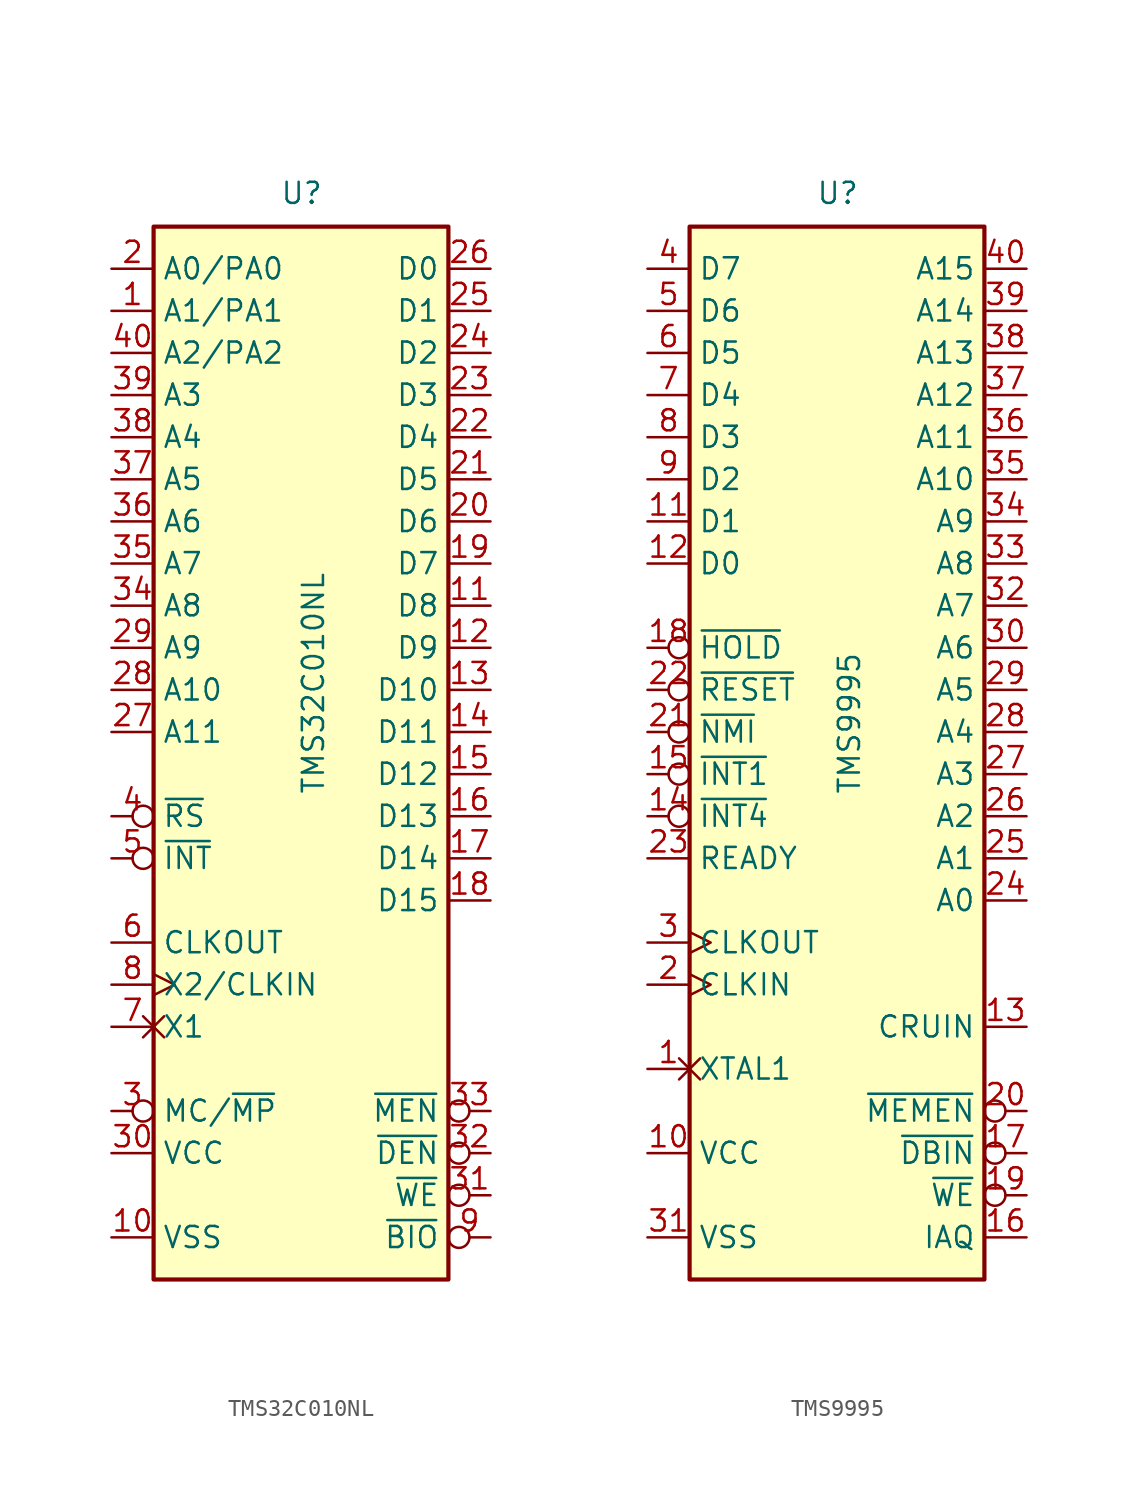
<source format=kicad_sym>
(kicad_symbol_lib
  (version 20211014)
  (generator kicad_symbol_editor)
  (symbol "TMS32C010NL"
    (property "Reference" "U"
      (at -1.27 31.75 0)
      (effects (font (size 1.27 1.27)) (justify left bottom)))
    (property "Value" "TMS32C010NL"
      (at 0 -3.81 90)
      (effects (font (size 1.27 1.27)) (justify left top)))
    (symbol "TMS32C010NL_0_1"
      (rectangle (start -8.89 -33.02) (end 8.89 30.48) (stroke (width 0.254) (type default) (color 0 0 0 0)) (fill (type background))))
    (symbol "TMS32C010NL_1_0"
      (pin bidirectional line (at 11.43 10.16 180) (length 2.54) (name "D7" (effects (font (size 1.27 1.27)))) (number "19" (effects (font (size 1.27 1.27))))))
    (symbol "TMS32C010NL_1_1"
      (pin output line (at -11.43 25.4 0) (length 2.54) (name "A1/PA1" (effects (font (size 1.27 1.27)))) (number "1" (effects (font (size 1.27 1.27)))))
      (pin power_in line (at -11.43 -30.48 0) (length 2.54) (name "VSS" (effects (font (size 1.27 1.27)))) (number "10" (effects (font (size 1.27 1.27)))))
      (pin bidirectional line (at 11.43 7.62 180) (length 2.54) (name "D8" (effects (font (size 1.27 1.27)))) (number "11" (effects (font (size 1.27 1.27)))))
      (pin bidirectional line (at 11.43 5.08 180) (length 2.54) (name "D9" (effects (font (size 1.27 1.27)))) (number "12" (effects (font (size 1.27 1.27)))))
      (pin bidirectional line (at 11.43 2.54 180) (length 2.54) (name "D10" (effects (font (size 1.27 1.27)))) (number "13" (effects (font (size 1.27 1.27)))))
      (pin bidirectional line (at 11.43 0 180) (length 2.54) (name "D11" (effects (font (size 1.27 1.27)))) (number "14" (effects (font (size 1.27 1.27)))))
      (pin bidirectional line (at 11.43 -2.54 180) (length 2.54) (name "D12" (effects (font (size 1.27 1.27)))) (number "15" (effects (font (size 1.27 1.27)))))
      (pin bidirectional line (at 11.43 -5.08 180) (length 2.54) (name "D13" (effects (font (size 1.27 1.27)))) (number "16" (effects (font (size 1.27 1.27)))))
      (pin bidirectional line (at 11.43 -7.62 180) (length 2.54) (name "D14" (effects (font (size 1.27 1.27)))) (number "17" (effects (font (size 1.27 1.27)))))
      (pin bidirectional line (at 11.43 -10.16 180) (length 2.54) (name "D15" (effects (font (size 1.27 1.27)))) (number "18" (effects (font (size 1.27 1.27)))))
      (pin output line (at -11.43 27.94 0) (length 2.54) (name "A0/PA0" (effects (font (size 1.27 1.27)))) (number "2" (effects (font (size 1.27 1.27)))))
      (pin bidirectional line (at 11.43 12.7 180) (length 2.54) (name "D6" (effects (font (size 1.27 1.27)))) (number "20" (effects (font (size 1.27 1.27)))))
      (pin bidirectional line (at 11.43 15.24 180) (length 2.54) (name "D5" (effects (font (size 1.27 1.27)))) (number "21" (effects (font (size 1.27 1.27)))))
      (pin bidirectional line (at 11.43 17.78 180) (length 2.54) (name "D4" (effects (font (size 1.27 1.27)))) (number "22" (effects (font (size 1.27 1.27)))))
      (pin bidirectional line (at 11.43 20.32 180) (length 2.54) (name "D3" (effects (font (size 1.27 1.27)))) (number "23" (effects (font (size 1.27 1.27)))))
      (pin bidirectional line (at 11.43 22.86 180) (length 2.54) (name "D2" (effects (font (size 1.27 1.27)))) (number "24" (effects (font (size 1.27 1.27)))))
      (pin bidirectional line (at 11.43 25.4 180) (length 2.54) (name "D1" (effects (font (size 1.27 1.27)))) (number "25" (effects (font (size 1.27 1.27)))))
      (pin bidirectional line (at 11.43 27.94 180) (length 2.54) (name "D0" (effects (font (size 1.27 1.27)))) (number "26" (effects (font (size 1.27 1.27)))))
      (pin output line (at -11.43 0 0) (length 2.54) (name "A11" (effects (font (size 1.27 1.27)))) (number "27" (effects (font (size 1.27 1.27)))))
      (pin output line (at -11.43 2.54 0) (length 2.54) (name "A10" (effects (font (size 1.27 1.27)))) (number "28" (effects (font (size 1.27 1.27)))))
      (pin output line (at -11.43 5.08 0) (length 2.54) (name "A9" (effects (font (size 1.27 1.27)))) (number "29" (effects (font (size 1.27 1.27)))))
      (pin input inverted (at -11.43 -22.86 0) (length 2.54) (name "MC/~{MP}" (effects (font (size 1.27 1.27)))) (number "3" (effects (font (size 1.27 1.27)))))
      (pin power_in line (at -11.43 -25.4 0) (length 2.54) (name "VCC" (effects (font (size 1.27 1.27)))) (number "30" (effects (font (size 1.27 1.27)))))
      (pin bidirectional inverted (at 11.43 -27.94 180) (length 2.54) (name "~{WE}" (effects (font (size 1.27 1.27)))) (number "31" (effects (font (size 1.27 1.27)))))
      (pin output inverted (at 11.43 -25.4 180) (length 2.54) (name "~{DEN}" (effects (font (size 1.27 1.27)))) (number "32" (effects (font (size 1.27 1.27)))))
      (pin output inverted (at 11.43 -22.86 180) (length 2.54) (name "~{MEN}" (effects (font (size 1.27 1.27)))) (number "33" (effects (font (size 1.27 1.27)))))
      (pin output line (at -11.43 7.62 0) (length 2.54) (name "A8" (effects (font (size 1.27 1.27)))) (number "34" (effects (font (size 1.27 1.27)))))
      (pin output line (at -11.43 10.16 0) (length 2.54) (name "A7" (effects (font (size 1.27 1.27)))) (number "35" (effects (font (size 1.27 1.27)))))
      (pin output line (at -11.43 12.7 0) (length 2.54) (name "A6" (effects (font (size 1.27 1.27)))) (number "36" (effects (font (size 1.27 1.27)))))
      (pin output line (at -11.43 15.24 0) (length 2.54) (name "A5" (effects (font (size 1.27 1.27)))) (number "37" (effects (font (size 1.27 1.27)))))
      (pin output line (at -11.43 17.78 0) (length 2.54) (name "A4" (effects (font (size 1.27 1.27)))) (number "38" (effects (font (size 1.27 1.27)))))
      (pin output line (at -11.43 20.32 0) (length 2.54) (name "A3" (effects (font (size 1.27 1.27)))) (number "39" (effects (font (size 1.27 1.27)))))
      (pin input inverted (at -11.43 -5.08 0) (length 2.54) (name "~{RS}" (effects (font (size 1.27 1.27)))) (number "4" (effects (font (size 1.27 1.27)))))
      (pin output line (at -11.43 22.86 0) (length 2.54) (name "A2/PA2" (effects (font (size 1.27 1.27)))) (number "40" (effects (font (size 1.27 1.27)))))
      (pin input inverted (at -11.43 -7.62 0) (length 2.54) (name "~{INT}" (effects (font (size 1.27 1.27)))) (number "5" (effects (font (size 1.27 1.27)))))
      (pin output line (at -11.43 -12.7 0) (length 2.54) (name "CLKOUT" (effects (font (size 1.27 1.27)))) (number "6" (effects (font (size 1.27 1.27)))))
      (pin passive non_logic (at -11.43 -17.78 0) (length 2.54) (name "X1" (effects (font (size 1.27 1.27)))) (number "7" (effects (font (size 1.27 1.27)))))
      (pin input clock (at -11.43 -15.24 0) (length 2.54) (name "X2/CLKIN" (effects (font (size 1.27 1.27)))) (number "8" (effects (font (size 1.27 1.27)))))
      (pin input inverted (at 11.43 -30.48 180) (length 2.54) (name "~{BIO}" (effects (font (size 1.27 1.27)))) (number "9" (effects (font (size 1.27 1.27)))))))
  (symbol "TMS9995"
    (property "Reference" "U"
      (at -1.27 31.75 0)
      (effects (font (size 1.27 1.27)) (justify left bottom)))
    (property "Value" "TMS9995"
      (at 0 -3.81 90)
      (effects (font (size 1.27 1.27)) (justify left top)))
    (symbol "TMS9995_0_1"
      (rectangle (start -8.89 -33.02) (end 8.89 30.48) (stroke (width 0.254) (type default) (color 0 0 0 0)) (fill (type background))))
    (symbol "TMS9995_1_1"
      (pin passive non_logic (at -11.43 -20.32 0) (length 2.54) (name "XTAL1" (effects (font (size 1.27 1.27)))) (number "1" (effects (font (size 1.27 1.27)))))
      (pin power_in line (at -11.43 -25.4 0) (length 2.54) (name "VCC" (effects (font (size 1.27 1.27)))) (number "10" (effects (font (size 1.27 1.27)))))
      (pin bidirectional line (at -11.43 12.7 0) (length 2.54) (name "D1" (effects (font (size 1.27 1.27)))) (number "11" (effects (font (size 1.27 1.27)))))
      (pin bidirectional line (at -11.43 10.16 0) (length 2.54) (name "D0" (effects (font (size 1.27 1.27)))) (number "12" (effects (font (size 1.27 1.27)))))
      (pin input line (at 11.43 -17.78 180) (length 2.54) (name "CRUIN" (effects (font (size 1.27 1.27)))) (number "13" (effects (font (size 1.27 1.27)))))
      (pin input inverted (at -11.43 -5.08 0) (length 2.54) (name "~{INT4}" (effects (font (size 1.27 1.27)))) (number "14" (effects (font (size 1.27 1.27)))))
      (pin input inverted (at -11.43 -2.54 0) (length 2.54) (name "~{INT1}" (effects (font (size 1.27 1.27)))) (number "15" (effects (font (size 1.27 1.27)))))
      (pin output line (at 11.43 -30.48 180) (length 2.54) (name "IAQ" (effects (font (size 1.27 1.27)))) (number "16" (effects (font (size 1.27 1.27)))))
      (pin output inverted (at 11.43 -25.4 180) (length 2.54) (name "~{DBIN}" (effects (font (size 1.27 1.27)))) (number "17" (effects (font (size 1.27 1.27)))))
      (pin input inverted (at -11.43 5.08 0) (length 2.54) (name "~{HOLD}" (effects (font (size 1.27 1.27)))) (number "18" (effects (font (size 1.27 1.27)))))
      (pin output inverted (at 11.43 -27.94 180) (length 2.54) (name "~{WE}" (effects (font (size 1.27 1.27)))) (number "19" (effects (font (size 1.27 1.27)))))
      (pin input clock (at -11.43 -15.24 0) (length 2.54) (name "CLKIN" (effects (font (size 1.27 1.27)))) (number "2" (effects (font (size 1.27 1.27)))))
      (pin output inverted (at 11.43 -22.86 180) (length 2.54) (name "~{MEMEN}" (effects (font (size 1.27 1.27)))) (number "20" (effects (font (size 1.27 1.27)))))
      (pin input inverted (at -11.43 0 0) (length 2.54) (name "~{NMI}" (effects (font (size 1.27 1.27)))) (number "21" (effects (font (size 1.27 1.27)))))
      (pin input inverted (at -11.43 2.54 0) (length 2.54) (name "~{RESET}" (effects (font (size 1.27 1.27)))) (number "22" (effects (font (size 1.27 1.27)))))
      (pin input line (at -11.43 -7.62 0) (length 2.54) (name "READY" (effects (font (size 1.27 1.27)))) (number "23" (effects (font (size 1.27 1.27)))))
      (pin output line (at 11.43 -10.16 180) (length 2.54) (name "A0" (effects (font (size 1.27 1.27)))) (number "24" (effects (font (size 1.27 1.27)))))
      (pin output line (at 11.43 -7.62 180) (length 2.54) (name "A1" (effects (font (size 1.27 1.27)))) (number "25" (effects (font (size 1.27 1.27)))))
      (pin output line (at 11.43 -5.08 180) (length 2.54) (name "A2" (effects (font (size 1.27 1.27)))) (number "26" (effects (font (size 1.27 1.27)))))
      (pin output line (at 11.43 -2.54 180) (length 2.54) (name "A3" (effects (font (size 1.27 1.27)))) (number "27" (effects (font (size 1.27 1.27)))))
      (pin output line (at 11.43 0 180) (length 2.54) (name "A4" (effects (font (size 1.27 1.27)))) (number "28" (effects (font (size 1.27 1.27)))))
      (pin output line (at 11.43 2.54 180) (length 2.54) (name "A5" (effects (font (size 1.27 1.27)))) (number "29" (effects (font (size 1.27 1.27)))))
      (pin output clock (at -11.43 -12.7 0) (length 2.54) (name "CLKOUT" (effects (font (size 1.27 1.27)))) (number "3" (effects (font (size 1.27 1.27)))))
      (pin output line (at 11.43 5.08 180) (length 2.54) (name "A6" (effects (font (size 1.27 1.27)))) (number "30" (effects (font (size 1.27 1.27)))))
      (pin power_in line (at -11.43 -30.48 0) (length 2.54) (name "VSS" (effects (font (size 1.27 1.27)))) (number "31" (effects (font (size 1.27 1.27)))))
      (pin output line (at 11.43 7.62 180) (length 2.54) (name "A7" (effects (font (size 1.27 1.27)))) (number "32" (effects (font (size 1.27 1.27)))))
      (pin output line (at 11.43 10.16 180) (length 2.54) (name "A8" (effects (font (size 1.27 1.27)))) (number "33" (effects (font (size 1.27 1.27)))))
      (pin output line (at 11.43 12.7 180) (length 2.54) (name "A9" (effects (font (size 1.27 1.27)))) (number "34" (effects (font (size 1.27 1.27)))))
      (pin output line (at 11.43 15.24 180) (length 2.54) (name "A10" (effects (font (size 1.27 1.27)))) (number "35" (effects (font (size 1.27 1.27)))))
      (pin output line (at 11.43 17.78 180) (length 2.54) (name "A11" (effects (font (size 1.27 1.27)))) (number "36" (effects (font (size 1.27 1.27)))))
      (pin output line (at 11.43 20.32 180) (length 2.54) (name "A12" (effects (font (size 1.27 1.27)))) (number "37" (effects (font (size 1.27 1.27)))))
      (pin output line (at 11.43 22.86 180) (length 2.54) (name "A13" (effects (font (size 1.27 1.27)))) (number "38" (effects (font (size 1.27 1.27)))))
      (pin output line (at 11.43 25.4 180) (length 2.54) (name "A14" (effects (font (size 1.27 1.27)))) (number "39" (effects (font (size 1.27 1.27)))))
      (pin bidirectional line (at -11.43 27.94 0) (length 2.54) (name "D7" (effects (font (size 1.27 1.27)))) (number "4" (effects (font (size 1.27 1.27)))))
      (pin output line (at 11.43 27.94 180) (length 2.54) (name "A15" (effects (font (size 1.27 1.27)))) (number "40" (effects (font (size 1.27 1.27)))))
      (pin bidirectional line (at -11.43 25.4 0) (length 2.54) (name "D6" (effects (font (size 1.27 1.27)))) (number "5" (effects (font (size 1.27 1.27)))))
      (pin bidirectional line (at -11.43 22.86 0) (length 2.54) (name "D5" (effects (font (size 1.27 1.27)))) (number "6" (effects (font (size 1.27 1.27)))))
      (pin bidirectional line (at -11.43 20.32 0) (length 2.54) (name "D4" (effects (font (size 1.27 1.27)))) (number "7" (effects (font (size 1.27 1.27)))))
      (pin bidirectional line (at -11.43 17.78 0) (length 2.54) (name "D3" (effects (font (size 1.27 1.27)))) (number "8" (effects (font (size 1.27 1.27)))))
      (pin bidirectional line (at -11.43 15.24 0) (length 2.54) (name "D2" (effects (font (size 1.27 1.27)))) (number "9" (effects (font (size 1.27 1.27))))))))
</source>
